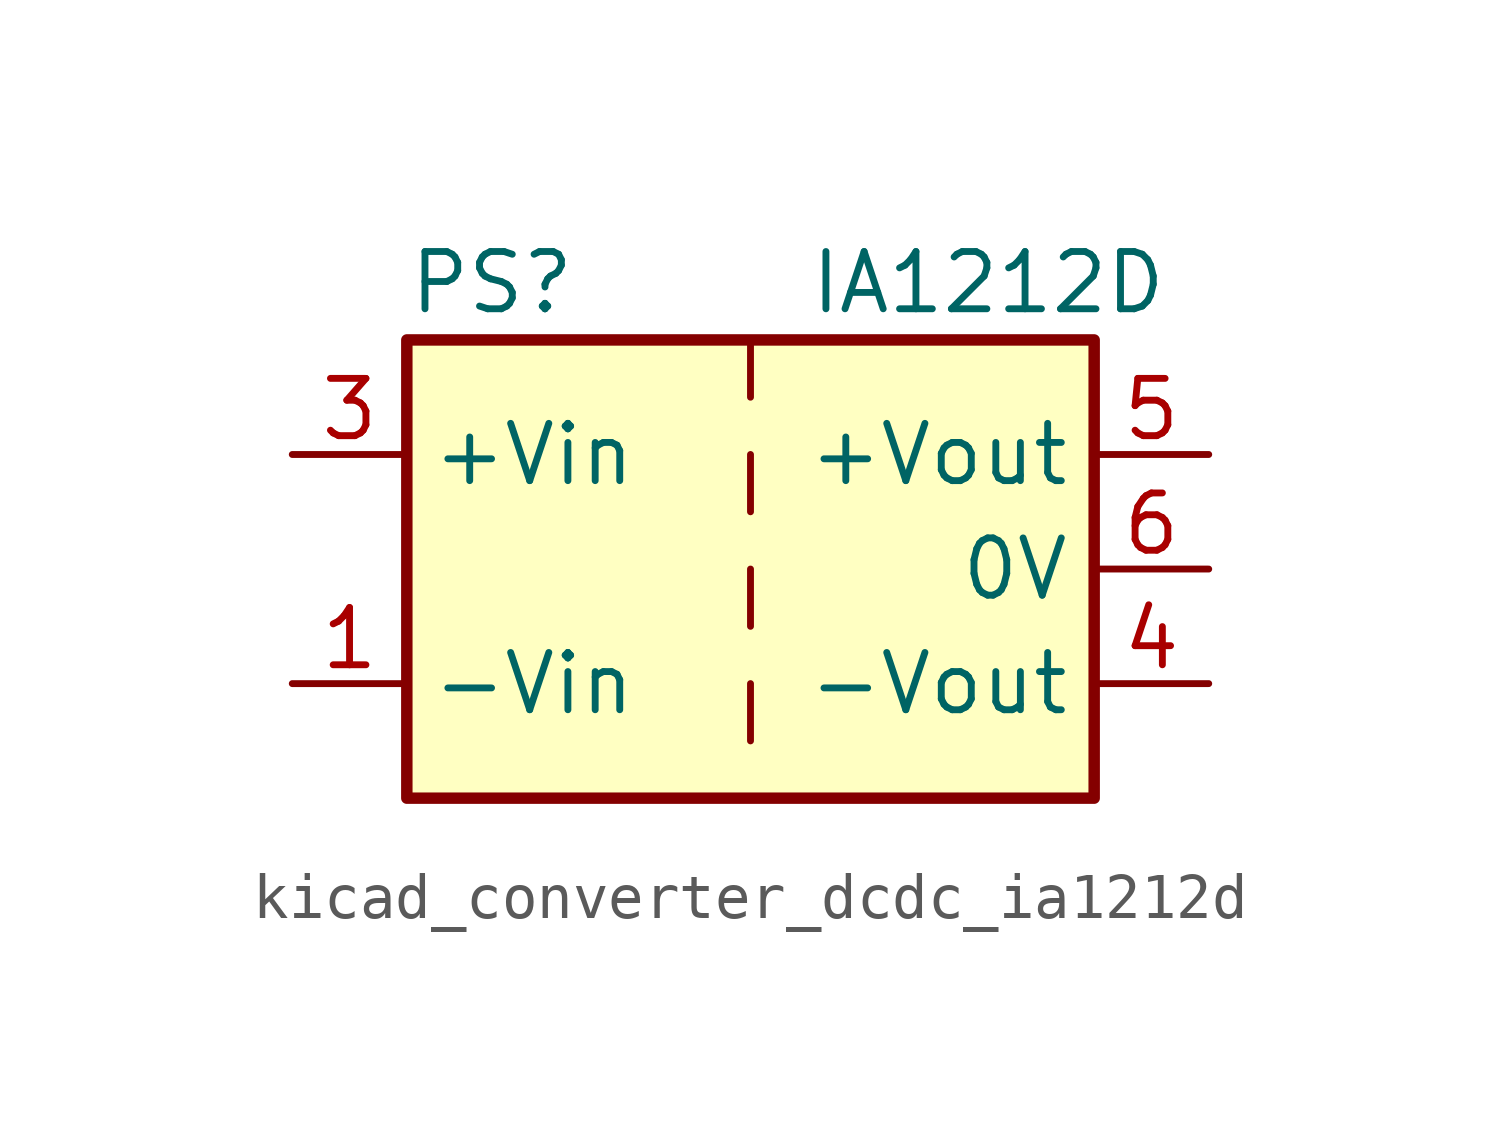
<source format=kicad_sym>
(kicad_symbol_lib
  (version 20220914)
  (generator kicad_symbol_editor)
  (symbol "kicad_converter_dcdc_ia1212d"
    (property "Reference" "PS"
      (at -7.62 6.35 0)
      (effects (font (size 1.27 1.27)) (justify left)))
    (property "Value" "IA1212D"
      (at 1.27 6.35 0)
      (effects (font (size 1.27 1.27)) (justify left)))
    (symbol "kicad_converter_dcdc_ia1212d_0_0"
      (pin power_in line (at -10.16 -2.54 0) (length 2.54) (name "-Vin" (effects (font (size 1.27 1.27)))) (number "1" (effects (font (size 1.27 1.27)))))
      (pin power_in line (at -10.16 2.54 0) (length 2.54) (name "+Vin" (effects (font (size 1.27 1.27)))) (number "3" (effects (font (size 1.27 1.27)))))
      (pin power_out line (at 10.16 -2.54 180) (length 2.54) (name "-Vout" (effects (font (size 1.27 1.27)))) (number "4" (effects (font (size 1.27 1.27)))))
      (pin power_out line (at 10.16 2.54 180) (length 2.54) (name "+Vout" (effects (font (size 1.27 1.27)))) (number "5" (effects (font (size 1.27 1.27)))))
      (pin power_out line (at 10.16 0 180) (length 2.54) (name "0V" (effects (font (size 1.27 1.27)))) (number "6" (effects (font (size 1.27 1.27))))))
    (symbol "kicad_converter_dcdc_ia1212d_0_1"
      (rectangle (start -7.62 5.08) (end 7.62 -5.08) (stroke (width 0.254) (type default)) (fill (type background)))
      (polyline (pts (xy 0 -2.54) (xy 0 -3.81)) (stroke (width 0) (type default)) (fill (type none)))
      (polyline (pts (xy 0 0) (xy 0 -1.27)) (stroke (width 0) (type default)) (fill (type none)))
      (polyline (pts (xy 0 2.54) (xy 0 1.27)) (stroke (width 0) (type default)) (fill (type none)))
      (polyline (pts (xy 0 5.08) (xy 0 3.81)) (stroke (width 0) (type default)) (fill (type none))))
    (symbol "kicad_converter_dcdc_ia1212d_1_1"
      (pin no_connect line (at 0 -5.08 90) (length 2.54) hide (name "NC" (effects (font (size 1.27 1.27)))) (number "2" (effects (font (size 1.27 1.27))))))))
</source>
